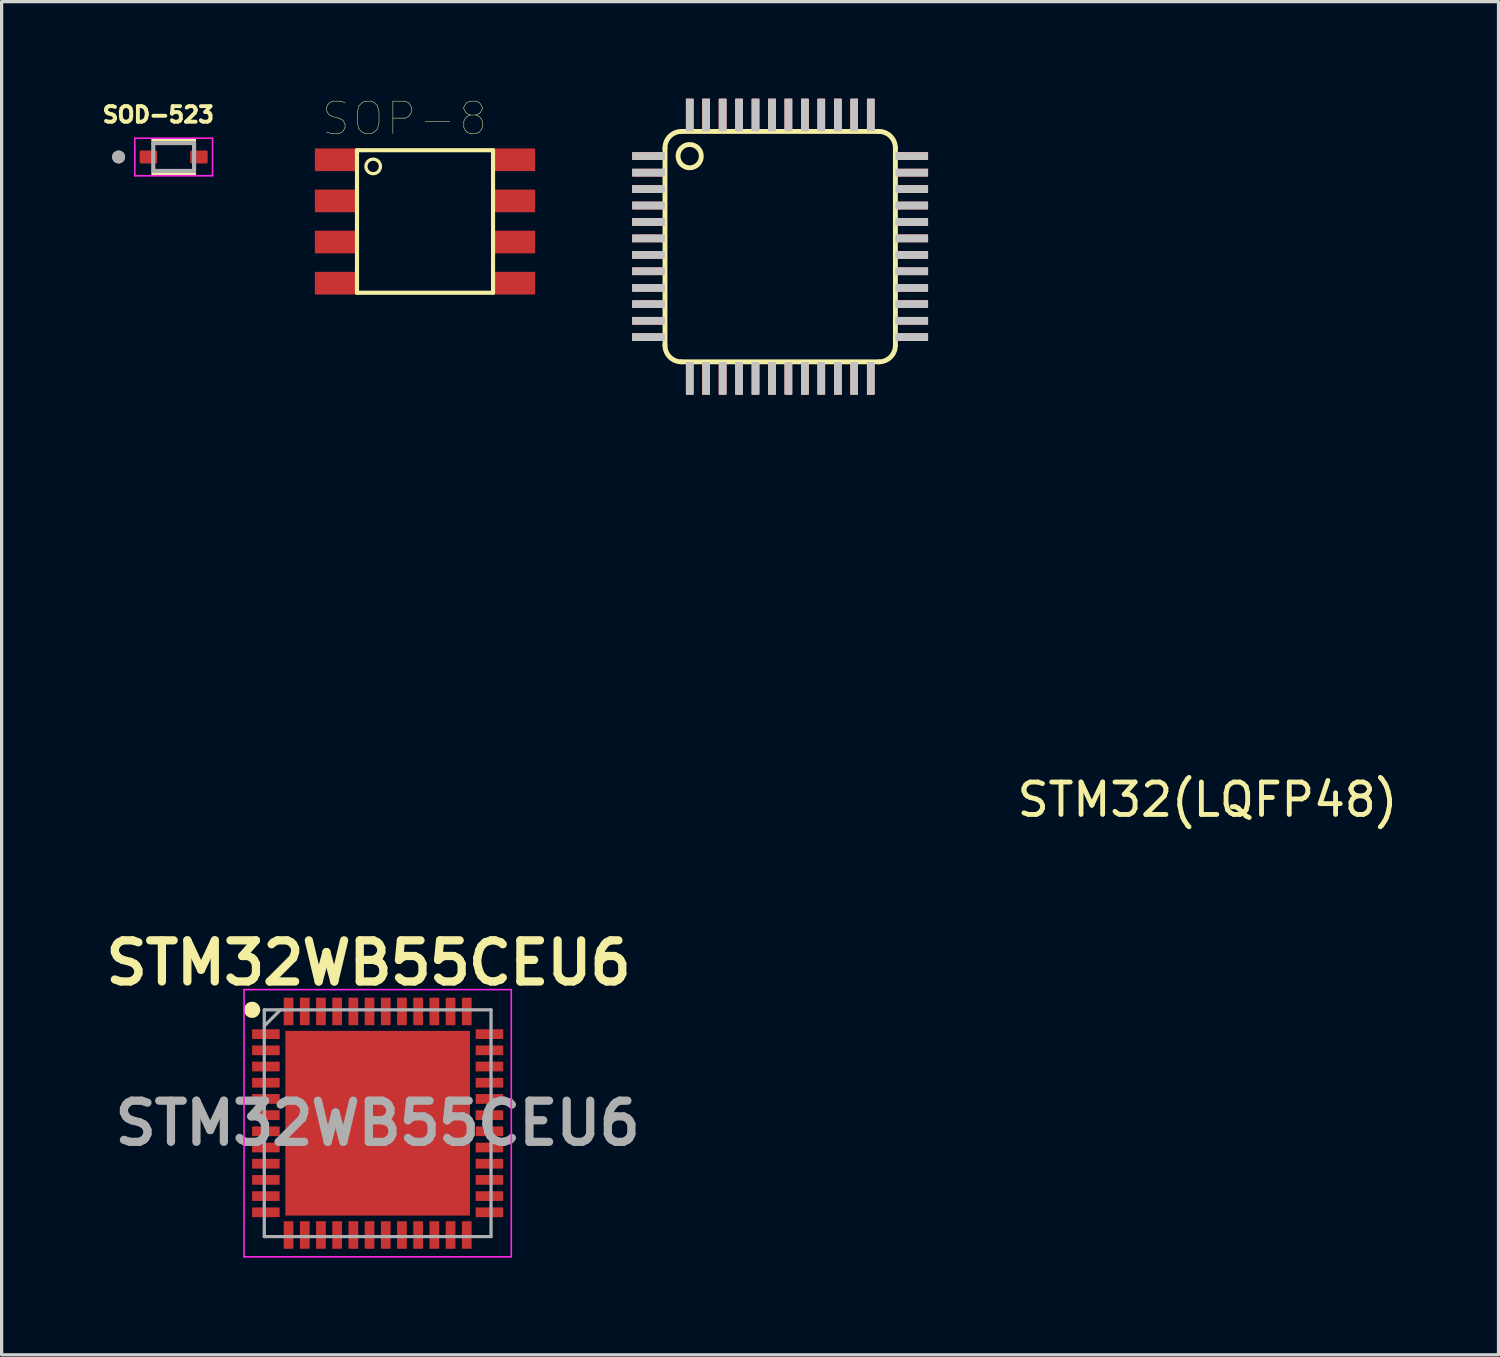
<source format=kicad_pcb>
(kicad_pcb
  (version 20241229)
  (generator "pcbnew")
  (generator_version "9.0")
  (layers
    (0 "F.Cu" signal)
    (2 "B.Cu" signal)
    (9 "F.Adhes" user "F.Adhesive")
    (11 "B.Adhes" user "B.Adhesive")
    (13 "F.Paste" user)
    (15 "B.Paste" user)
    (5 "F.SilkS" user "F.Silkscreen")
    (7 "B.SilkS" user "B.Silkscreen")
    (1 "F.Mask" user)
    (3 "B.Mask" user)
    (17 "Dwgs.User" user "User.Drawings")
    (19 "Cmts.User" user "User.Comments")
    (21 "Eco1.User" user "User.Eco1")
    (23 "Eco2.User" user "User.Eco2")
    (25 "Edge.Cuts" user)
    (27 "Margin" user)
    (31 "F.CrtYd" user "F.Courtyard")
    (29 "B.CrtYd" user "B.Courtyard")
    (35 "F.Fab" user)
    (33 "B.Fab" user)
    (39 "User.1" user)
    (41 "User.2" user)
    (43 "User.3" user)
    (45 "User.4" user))
  (footprint "SOD-523"
    (layer "F.Cu")
    (at 2.311 1.796)
    (property "Reference" "SOD-523" (at -0.476 -1.305 0) (layer "F.SilkS") (effects (font (size 0.48 0.48) (thickness 0.15))))
    (attr through_hole)
    (fp_line (start -0.63 -0.515) (end 0.63 -0.515) (stroke (width 0.127) (type solid)) (layer "F.SilkS"))
    (fp_line (start -0.63 0.515) (end 0.63 0.515) (stroke (width 0.127) (type solid)) (layer "F.SilkS"))
    (fp_circle (center -1.7 0) (end -1.6 0) (stroke (width 0.2) (type solid)) (fill no) (layer "F.SilkS"))
    (fp_line (start -1.2 -0.58) (end 1.2 -0.58) (stroke (width 0.05) (type solid)) (layer "F.CrtYd"))
    (fp_line (start -1.2 0.58) (end -1.2 -0.58) (stroke (width 0.05) (type solid)) (layer "F.CrtYd"))
    (fp_line (start 1.2 -0.58) (end 1.2 0.58) (stroke (width 0.05) (type solid)) (layer "F.CrtYd"))
    (fp_line (start 1.2 0.58) (end -1.2 0.58) (stroke (width 0.05) (type solid)) (layer "F.CrtYd"))
    (fp_line (start -0.63 -0.43) (end 0.63 -0.43) (stroke (width 0.127) (type solid)) (layer "F.Fab"))
    (fp_line (start -0.63 0.43) (end -0.63 -0.43) (stroke (width 0.127) (type solid)) (layer "F.Fab"))
    (fp_line (start 0.63 -0.43) (end 0.63 0.43) (stroke (width 0.127) (type solid)) (layer "F.Fab"))
    (fp_line (start 0.63 0.43) (end -0.63 0.43) (stroke (width 0.127) (type solid)) (layer "F.Fab"))
    (fp_circle (center -1.7 0) (end -1.6 0) (stroke (width 0.2) (type solid)) (fill no) (layer "F.Fab"))
    (pad "A" smd roundrect (at 0.78 0) (size 0.54 0.4) (layers "F.Cu" "F.Mask" "F.Paste") (roundrect_rratio 0.1))
    (pad "C" smd roundrect (at -0.78 0) (size 0.54 0.4) (layers "F.Cu" "F.Mask" "F.Paste") (roundrect_rratio 0.1)))
  (footprint "STM32WB55CEU6"
    (layer "F.Cu")
    (at 8.608 31.623)
    (property "Reference" "STM32WB55CEU6" (at -0.28 -4.95 0) (layer "F.SilkS") (effects (font (size 1.27 1.27) (thickness 0.254))))
    (attr smd)
    (fp_circle (center -3.875 -3.5) (end -3.875 -3.375) (stroke (width 0.25) (type solid)) (fill no) (layer "F.SilkS"))
    (fp_line (start -4.125 -4.125) (end 4.125 -4.125) (stroke (width 0.05) (type solid)) (layer "F.CrtYd"))
    (fp_line (start -4.125 4.125) (end -4.125 -4.125) (stroke (width 0.05) (type solid)) (layer "F.CrtYd"))
    (fp_line (start 4.125 -4.125) (end 4.125 4.125) (stroke (width 0.05) (type solid)) (layer "F.CrtYd"))
    (fp_line (start 4.125 4.125) (end -4.125 4.125) (stroke (width 0.05) (type solid)) (layer "F.CrtYd"))
    (fp_line (start -3.5 -3.5) (end 3.5 -3.5) (stroke (width 0.1) (type solid)) (layer "F.Fab"))
    (fp_line (start -3.5 -3) (end -3 -3.5) (stroke (width 0.1) (type solid)) (layer "F.Fab"))
    (fp_line (start -3.5 3.5) (end -3.5 -3.5) (stroke (width 0.1) (type solid)) (layer "F.Fab"))
    (fp_line (start 3.5 -3.5) (end 3.5 3.5) (stroke (width 0.1) (type solid)) (layer "F.Fab"))
    (fp_line (start 3.5 3.5) (end -3.5 3.5) (stroke (width 0.1) (type solid)) (layer "F.Fab"))
    (fp_text user "${REFERENCE}" (at 0 0 0) (layer "F.Fab") (effects (font (size 1.27 1.27) (thickness 0.254))))
    (pad "1" smd rect (at -3.45 -2.75 90) (size 0.3 0.85) (layers "F.Cu" "F.Mask" "F.Paste"))
    (pad "2" smd rect (at -3.45 -2.25 90) (size 0.3 0.85) (layers "F.Cu" "F.Mask" "F.Paste"))
    (pad "3" smd rect (at -3.45 -1.75 90) (size 0.3 0.85) (layers "F.Cu" "F.Mask" "F.Paste"))
    (pad "4" smd rect (at -3.45 -1.25 90) (size 0.3 0.85) (layers "F.Cu" "F.Mask" "F.Paste"))
    (pad "5" smd rect (at -3.45 -0.75 90) (size 0.3 0.85) (layers "F.Cu" "F.Mask" "F.Paste"))
    (pad "6" smd rect (at -3.45 -0.25 90) (size 0.3 0.85) (layers "F.Cu" "F.Mask" "F.Paste"))
    (pad "7" smd rect (at -3.45 0.25 90) (size 0.3 0.85) (layers "F.Cu" "F.Mask" "F.Paste"))
    (pad "8" smd rect (at -3.45 0.75 90) (size 0.3 0.85) (layers "F.Cu" "F.Mask" "F.Paste"))
    (pad "9" smd rect (at -3.45 1.25 90) (size 0.3 0.85) (layers "F.Cu" "F.Mask" "F.Paste"))
    (pad "10" smd rect (at -3.45 1.75 90) (size 0.3 0.85) (layers "F.Cu" "F.Mask" "F.Paste"))
    (pad "11" smd rect (at -3.45 2.25 90) (size 0.3 0.85) (layers "F.Cu" "F.Mask" "F.Paste"))
    (pad "12" smd rect (at -3.45 2.75 90) (size 0.3 0.85) (layers "F.Cu" "F.Mask" "F.Paste"))
    (pad "13" smd rect (at -2.75 3.45) (size 0.3 0.85) (layers "F.Cu" "F.Mask" "F.Paste"))
    (pad "14" smd rect (at -2.25 3.45) (size 0.3 0.85) (layers "F.Cu" "F.Mask" "F.Paste"))
    (pad "15" smd rect (at -1.75 3.45) (size 0.3 0.85) (layers "F.Cu" "F.Mask" "F.Paste"))
    (pad "16" smd rect (at -1.25 3.45) (size 0.3 0.85) (layers "F.Cu" "F.Mask" "F.Paste"))
    (pad "17" smd rect (at -0.75 3.45) (size 0.3 0.85) (layers "F.Cu" "F.Mask" "F.Paste"))
    (pad "18" smd rect (at -0.25 3.45) (size 0.3 0.85) (layers "F.Cu" "F.Mask" "F.Paste"))
    (pad "19" smd rect (at 0.25 3.45) (size 0.3 0.85) (layers "F.Cu" "F.Mask" "F.Paste"))
    (pad "20" smd rect (at 0.75 3.45) (size 0.3 0.85) (layers "F.Cu" "F.Mask" "F.Paste"))
    (pad "21" smd rect (at 1.25 3.45) (size 0.3 0.85) (layers "F.Cu" "F.Mask" "F.Paste"))
    (pad "22" smd rect (at 1.75 3.45) (size 0.3 0.85) (layers "F.Cu" "F.Mask" "F.Paste"))
    (pad "23" smd rect (at 2.25 3.45) (size 0.3 0.85) (layers "F.Cu" "F.Mask" "F.Paste"))
    (pad "24" smd rect (at 2.75 3.45) (size 0.3 0.85) (layers "F.Cu" "F.Mask" "F.Paste"))
    (pad "25" smd rect (at 3.45 2.75 90) (size 0.3 0.85) (layers "F.Cu" "F.Mask" "F.Paste"))
    (pad "26" smd rect (at 3.45 2.25 90) (size 0.3 0.85) (layers "F.Cu" "F.Mask" "F.Paste"))
    (pad "27" smd rect (at 3.45 1.75 90) (size 0.3 0.85) (layers "F.Cu" "F.Mask" "F.Paste"))
    (pad "28" smd rect (at 3.45 1.25 90) (size 0.3 0.85) (layers "F.Cu" "F.Mask" "F.Paste"))
    (pad "29" smd rect (at 3.45 0.75 90) (size 0.3 0.85) (layers "F.Cu" "F.Mask" "F.Paste"))
    (pad "30" smd rect (at 3.45 0.25 90) (size 0.3 0.85) (layers "F.Cu" "F.Mask" "F.Paste"))
    (pad "31" smd rect (at 3.45 -0.25 90) (size 0.3 0.85) (layers "F.Cu" "F.Mask" "F.Paste"))
    (pad "32" smd rect (at 3.45 -0.75 90) (size 0.3 0.85) (layers "F.Cu" "F.Mask" "F.Paste"))
    (pad "33" smd rect (at 3.45 -1.25 90) (size 0.3 0.85) (layers "F.Cu" "F.Mask" "F.Paste"))
    (pad "34" smd rect (at 3.45 -1.75 90) (size 0.3 0.85) (layers "F.Cu" "F.Mask" "F.Paste"))
    (pad "35" smd rect (at 3.45 -2.25 90) (size 0.3 0.85) (layers "F.Cu" "F.Mask" "F.Paste"))
    (pad "36" smd rect (at 3.45 -2.75 90) (size 0.3 0.85) (layers "F.Cu" "F.Mask" "F.Paste"))
    (pad "37" smd rect (at 2.75 -3.45) (size 0.3 0.85) (layers "F.Cu" "F.Mask" "F.Paste"))
    (pad "38" smd rect (at 2.25 -3.45) (size 0.3 0.85) (layers "F.Cu" "F.Mask" "F.Paste"))
    (pad "39" smd rect (at 1.75 -3.45) (size 0.3 0.85) (layers "F.Cu" "F.Mask" "F.Paste"))
    (pad "40" smd rect (at 1.25 -3.45) (size 0.3 0.85) (layers "F.Cu" "F.Mask" "F.Paste"))
    (pad "41" smd rect (at 0.75 -3.45) (size 0.3 0.85) (layers "F.Cu" "F.Mask" "F.Paste"))
    (pad "42" smd rect (at 0.25 -3.45) (size 0.3 0.85) (layers "F.Cu" "F.Mask" "F.Paste"))
    (pad "43" smd rect (at -0.25 -3.45) (size 0.3 0.85) (layers "F.Cu" "F.Mask" "F.Paste"))
    (pad "44" smd rect (at -0.75 -3.45) (size 0.3 0.85) (layers "F.Cu" "F.Mask" "F.Paste"))
    (pad "45" smd rect (at -1.25 -3.45) (size 0.3 0.85) (layers "F.Cu" "F.Mask" "F.Paste"))
    (pad "46" smd rect (at -1.75 -3.45) (size 0.3 0.85) (layers "F.Cu" "F.Mask" "F.Paste"))
    (pad "47" smd rect (at -2.25 -3.45) (size 0.3 0.85) (layers "F.Cu" "F.Mask" "F.Paste"))
    (pad "48" smd rect (at -2.75 -3.45) (size 0.3 0.85) (layers "F.Cu" "F.Mask" "F.Paste"))
    (pad "49" smd rect (at 0 0) (size 5.7 5.7) (layers "F.Cu" "F.Mask" "F.Paste")))
  (footprint "SOP-8"
    (layer "F.Cu")
    (at 10.07 3.787)
    (property "Reference" "SOP-8" (at -0.635 -3.176 0) (layer "F.SilkS") (effects (font (size 1 1) (thickness 0.015))))
    (attr through_hole)
    (fp_line (start -2.1 -2.2) (end -2.1 2.2) (stroke (width 0.127) (type solid)) (layer "F.SilkS"))
    (fp_line (start -2.1 2.2) (end 2.1 2.2) (stroke (width 0.127) (type solid)) (layer "F.SilkS"))
    (fp_line (start 2.1 -2.2) (end -2.1 -2.2) (stroke (width 0.127) (type solid)) (layer "F.SilkS"))
    (fp_line (start 2.1 2.2) (end 2.1 -2.2) (stroke (width 0.127) (type solid)) (layer "F.SilkS"))
    (fp_circle (center -1.6 -1.7) (end -1.376 -1.7) (stroke (width 0.1) (type solid)) (fill no) (layer "F.SilkS"))
    (pad "1" smd rect (at -2.75 -1.905) (size 1.3 0.7) (layers "F.Cu" "F.Mask" "F.Paste"))
    (pad "2" smd rect (at -2.75 -0.635) (size 1.3 0.7) (layers "F.Cu" "F.Mask" "F.Paste"))
    (pad "3" smd rect (at -2.75 0.635) (size 1.3 0.7) (layers "F.Cu" "F.Mask" "F.Paste"))
    (pad "4" smd rect (at -2.75 1.905) (size 1.3 0.7) (layers "F.Cu" "F.Mask" "F.Paste"))
    (pad "5" smd rect (at 2.75 1.905) (size 1.3 0.7) (layers "F.Cu" "F.Mask" "F.Paste"))
    (pad "6" smd rect (at 2.75 0.635) (size 1.3 0.7) (layers "F.Cu" "F.Mask" "F.Paste"))
    (pad "7" smd rect (at 2.75 -0.635) (size 1.3 0.7) (layers "F.Cu" "F.Mask" "F.Paste"))
    (pad "8" smd rect (at 2.75 -1.905) (size 1.3 0.7) (layers "F.Cu" "F.Mask" "F.Paste")))
  (footprint "STM32(LQFP48)"
    (layer "F.Cu")
    (at 20.526 4.056)
    (property "Reference" "STM32(LQFP48)" (at 13.7 17.58 0) (layer "F.SilkS") (effects (font (size 1 1) (thickness 0.15))))
    (attr through_hole)
    (fp_line (start -3.048 -2.54) (end -3.048 3.556) (stroke (width 0.15) (type solid)) (layer "F.SilkS"))
    (fp_line (start -2.54 4.064) (end 3.556 4.064) (stroke (width 0.15) (type solid)) (layer "F.SilkS"))
    (fp_line (start 3.556 -3.048) (end -2.54 -3.048) (stroke (width 0.15) (type solid)) (layer "F.SilkS"))
    (fp_line (start 4.064 3.556) (end 4.064 -2.54) (stroke (width 0.15) (type solid)) (layer "F.SilkS"))
    (fp_arc (start -3.048 -2.54) (mid -2.89921 -2.89921) (end -2.54 -3.048) (stroke (width 0.15) (type solid)) (layer "F.SilkS"))
    (fp_arc (start -2.54 4.064) (mid -2.89921 3.91521) (end -3.048 3.556) (stroke (width 0.15) (type solid)) (layer "F.SilkS"))
    (fp_arc (start 3.556 -3.048) (mid 3.91521 -2.89921) (end 4.064 -2.54) (stroke (width 0.15) (type solid)) (layer "F.SilkS"))
    (fp_arc (start 4.064 3.556) (mid 3.91521 3.91521) (end 3.556 4.064) (stroke (width 0.15) (type solid)) (layer "F.SilkS"))
    (fp_circle (center -2.286 -2.286) (end -2.032 -2.032) (stroke (width 0.15) (type solid)) (fill no) (layer "F.SilkS"))
    (pad "1" smd rect (at -3.556 -2.286) (size 1 0.23) (layers "*.Adhes" "*.Paste" "*.SilkS" "*.Mask" "F.Cu" "Dwgs.User" "Eco1.User" "Eco2.User"))
    (pad "2" smd rect (at -3.556 -1.778) (size 1 0.23) (layers "*.Adhes" "*.Paste" "*.SilkS" "*.Mask" "F.Cu" "Dwgs.User" "Eco1.User" "Eco2.User"))
    (pad "3" smd rect (at -3.556 -1.27) (size 1 0.23) (layers "*.Adhes" "*.Paste" "*.SilkS" "*.Mask" "F.Cu" "Dwgs.User" "Eco1.User" "Eco2.User"))
    (pad "4" smd rect (at -3.556 -0.762) (size 1 0.23) (layers "*.Adhes" "*.Paste" "*.SilkS" "*.Mask" "F.Cu" "Dwgs.User" "Eco1.User" "Eco2.User"))
    (pad "5" smd rect (at -3.556 -0.254) (size 1 0.23) (layers "*.Adhes" "*.Paste" "*.SilkS" "*.Mask" "F.Cu" "Dwgs.User" "Eco1.User" "Eco2.User"))
    (pad "6" smd rect (at -3.556 0.254) (size 1 0.23) (layers "*.Adhes" "*.Paste" "*.SilkS" "*.Mask" "F.Cu" "Dwgs.User" "Eco1.User" "Eco2.User"))
    (pad "7" smd rect (at -3.556 0.762) (size 1 0.23) (layers "*.Adhes" "*.Paste" "*.SilkS" "*.Mask" "F.Cu" "Dwgs.User" "Eco1.User" "Eco2.User"))
    (pad "8" smd rect (at -3.556 1.27) (size 1 0.23) (layers "*.Adhes" "*.Paste" "*.SilkS" "*.Mask" "F.Cu" "Dwgs.User" "Eco1.User" "Eco2.User"))
    (pad "9" smd rect (at -3.556 1.778) (size 1 0.23) (layers "*.Adhes" "*.Paste" "*.SilkS" "*.Mask" "F.Cu" "Dwgs.User" "Eco1.User" "Eco2.User"))
    (pad "10" smd rect (at -3.556 2.286) (size 1 0.23) (layers "*.Adhes" "*.Paste" "*.SilkS" "*.Mask" "F.Cu" "Dwgs.User" "Eco1.User" "Eco2.User"))
    (pad "11" smd rect (at -3.556 2.794) (size 1 0.23) (layers "*.Adhes" "*.Paste" "*.SilkS" "*.Mask" "F.Cu" "Dwgs.User" "Eco1.User" "Eco2.User"))
    (pad "12" smd rect (at -3.556 3.302) (size 1 0.23) (layers "*.Adhes" "*.Paste" "*.SilkS" "*.Mask" "F.Cu" "Dwgs.User" "Eco1.User" "Eco2.User"))
    (pad "13" smd rect (at -2.286 4.572) (size 0.23 1) (layers "*.Adhes" "*.Paste" "*.SilkS" "*.Mask" "F.Cu" "Dwgs.User" "Eco1.User" "Eco2.User"))
    (pad "14" smd rect (at -1.778 4.572) (size 0.23 1) (layers "*.Adhes" "*.Paste" "*.SilkS" "*.Mask" "F.Cu" "Dwgs.User" "Eco1.User" "Eco2.User"))
    (pad "15" smd rect (at -1.27 4.572) (size 0.23 1) (layers "*.Adhes" "*.Paste" "*.SilkS" "*.Mask" "F.Cu" "Dwgs.User" "Eco1.User" "Eco2.User"))
    (pad "16" smd rect (at -0.762 4.572) (size 0.23 1) (layers "*.Adhes" "*.Paste" "*.SilkS" "*.Mask" "F.Cu" "Dwgs.User" "Eco1.User" "Eco2.User"))
    (pad "17" smd rect (at -0.254 4.572) (size 0.23 1) (layers "*.Adhes" "*.Paste" "*.SilkS" "*.Mask" "F.Cu" "Dwgs.User" "Eco1.User" "Eco2.User"))
    (pad "18" smd rect (at 0.254 4.572) (size 0.23 1) (layers "*.Adhes" "*.Paste" "*.SilkS" "*.Mask" "F.Cu" "Dwgs.User" "Eco1.User" "Eco2.User"))
    (pad "19" smd rect (at 0.762 4.572) (size 0.23 1) (layers "*.Adhes" "*.Paste" "*.SilkS" "*.Mask" "F.Cu" "Dwgs.User" "Eco1.User" "Eco2.User"))
    (pad "20" smd rect (at 1.27 4.572) (size 0.23 1) (layers "*.Adhes" "*.Paste" "*.SilkS" "*.Mask" "F.Cu" "Dwgs.User" "Eco1.User" "Eco2.User"))
    (pad "21" smd rect (at 1.778 4.572) (size 0.23 1) (layers "*.Adhes" "*.Paste" "*.SilkS" "*.Mask" "F.Cu" "Dwgs.User" "Eco1.User" "Eco2.User"))
    (pad "22" smd rect (at 2.286 4.572) (size 0.23 1) (layers "*.Adhes" "*.Paste" "*.SilkS" "*.Mask" "F.Cu" "Dwgs.User" "Eco1.User" "Eco2.User"))
    (pad "23" smd rect (at 2.794 4.572) (size 0.23 1) (layers "*.Adhes" "*.Paste" "*.SilkS" "*.Mask" "F.Cu" "Dwgs.User" "Eco1.User" "Eco2.User"))
    (pad "24" smd rect (at 3.302 4.572) (size 0.23 1) (layers "*.Adhes" "*.Paste" "*.SilkS" "*.Mask" "F.Cu" "Dwgs.User" "Eco1.User" "Eco2.User"))
    (pad "25" smd rect (at 4.572 3.302) (size 1 0.23) (layers "*.Adhes" "*.Paste" "*.SilkS" "*.Mask" "F.Cu" "Dwgs.User" "Eco1.User" "Eco2.User"))
    (pad "26" smd rect (at 4.572 2.794) (size 1 0.23) (layers "*.Adhes" "*.Paste" "*.SilkS" "*.Mask" "F.Cu" "Dwgs.User" "Eco1.User" "Eco2.User"))
    (pad "27" smd rect (at 4.572 2.286) (size 1 0.23) (layers "*.Adhes" "*.Paste" "*.SilkS" "*.Mask" "F.Cu" "Dwgs.User" "Eco1.User" "Eco2.User"))
    (pad "28" smd rect (at 4.572 1.778) (size 1 0.23) (layers "*.Adhes" "*.Paste" "*.SilkS" "*.Mask" "F.Cu" "Dwgs.User" "Eco1.User" "Eco2.User"))
    (pad "29" smd rect (at 4.572 1.27) (size 1 0.23) (layers "*.Adhes" "*.Paste" "*.SilkS" "*.Mask" "F.Cu" "Dwgs.User" "Eco1.User" "Eco2.User"))
    (pad "30" smd rect (at 4.572 0.762) (size 1 0.23) (layers "*.Adhes" "*.Paste" "*.SilkS" "*.Mask" "F.Cu" "Dwgs.User" "Eco1.User" "Eco2.User"))
    (pad "31" smd rect (at 4.572 0.254) (size 1 0.23) (layers "*.Adhes" "*.Paste" "*.SilkS" "*.Mask" "F.Cu" "Dwgs.User" "Eco1.User" "Eco2.User"))
    (pad "32" smd rect (at 4.572 -0.254) (size 1 0.23) (layers "*.Adhes" "*.Paste" "*.SilkS" "*.Mask" "F.Cu" "Dwgs.User" "Eco1.User" "Eco2.User"))
    (pad "33" smd rect (at 4.572 -0.762) (size 1 0.23) (layers "*.Adhes" "*.Paste" "*.SilkS" "*.Mask" "F.Cu" "Dwgs.User" "Eco1.User" "Eco2.User"))
    (pad "34" smd rect (at 4.572 -1.27) (size 1 0.23) (layers "*.Adhes" "*.Paste" "*.SilkS" "*.Mask" "F.Cu" "Dwgs.User" "Eco1.User" "Eco2.User"))
    (pad "35" smd rect (at 4.572 -1.778) (size 1 0.23) (layers "*.Adhes" "*.Paste" "*.SilkS" "*.Mask" "F.Cu" "Dwgs.User" "Eco1.User" "Eco2.User"))
    (pad "36" smd rect (at 4.572 -2.286) (size 1 0.23) (layers "*.Adhes" "*.Paste" "*.SilkS" "*.Mask" "F.Cu" "Dwgs.User" "Eco1.User" "Eco2.User"))
    (pad "37" smd rect (at 3.302 -3.556) (size 0.23 1) (layers "*.Adhes" "*.Paste" "*.SilkS" "*.Mask" "F.Cu" "Dwgs.User" "Eco1.User" "Eco2.User"))
    (pad "38" smd rect (at 2.794 -3.556) (size 0.23 1) (layers "*.Adhes" "*.Paste" "*.SilkS" "*.Mask" "F.Cu" "Dwgs.User" "Eco1.User" "Eco2.User"))
    (pad "39" smd rect (at 2.286 -3.556) (size 0.23 1) (layers "*.Adhes" "*.Paste" "*.SilkS" "*.Mask" "F.Cu" "Dwgs.User" "Eco1.User" "Eco2.User"))
    (pad "40" smd rect (at 1.778 -3.556) (size 0.23 1) (layers "*.Adhes" "*.Paste" "*.SilkS" "*.Mask" "F.Cu" "Dwgs.User" "Eco1.User" "Eco2.User"))
    (pad "41" smd rect (at 1.27 -3.556) (size 0.23 1) (layers "*.Adhes" "*.Paste" "*.SilkS" "*.Mask" "F.Cu" "Dwgs.User" "Eco1.User" "Eco2.User"))
    (pad "42" smd rect (at 0.762 -3.556) (size 0.23 1) (layers "*.Adhes" "*.Paste" "*.SilkS" "*.Mask" "F.Cu" "Dwgs.User" "Eco1.User" "Eco2.User"))
    (pad "43" smd rect (at 0.254 -3.556) (size 0.23 1) (layers "*.Adhes" "*.Paste" "*.SilkS" "*.Mask" "F.Cu" "Dwgs.User" "Eco1.User" "Eco2.User"))
    (pad "44" smd rect (at -0.254 -3.556) (size 0.23 1) (layers "*.Adhes" "*.Paste" "*.SilkS" "*.Mask" "F.Cu" "Dwgs.User" "Eco1.User" "Eco2.User"))
    (pad "45" smd rect (at -0.762 -3.556) (size 0.23 1) (layers "*.Adhes" "*.Paste" "*.SilkS" "*.Mask" "F.Cu" "Dwgs.User" "Eco1.User" "Eco2.User"))
    (pad "46" smd rect (at -1.27 -3.556) (size 0.23 1) (layers "*.Adhes" "*.Paste" "*.SilkS" "*.Mask" "F.Cu" "Dwgs.User" "Eco1.User" "Eco2.User"))
    (pad "47" smd rect (at -1.778 -3.556) (size 0.23 1) (layers "*.Adhes" "*.Paste" "*.SilkS" "*.Mask" "F.Cu" "Dwgs.User" "Eco1.User" "Eco2.User"))
    (pad "48" smd rect (at -2.286 -3.556) (size 0.23 1) (layers "*.Adhes" "*.Paste" "*.SilkS" "*.Mask" "F.Cu" "Dwgs.User" "Eco1.User" "Eco2.User")))
  (gr_rect
    (start -3 -3)
    (end 43.208 38.773)
    (stroke (width 0.1) (type default))
    (fill no)
    (layer "Edge.Cuts")))
</source>
